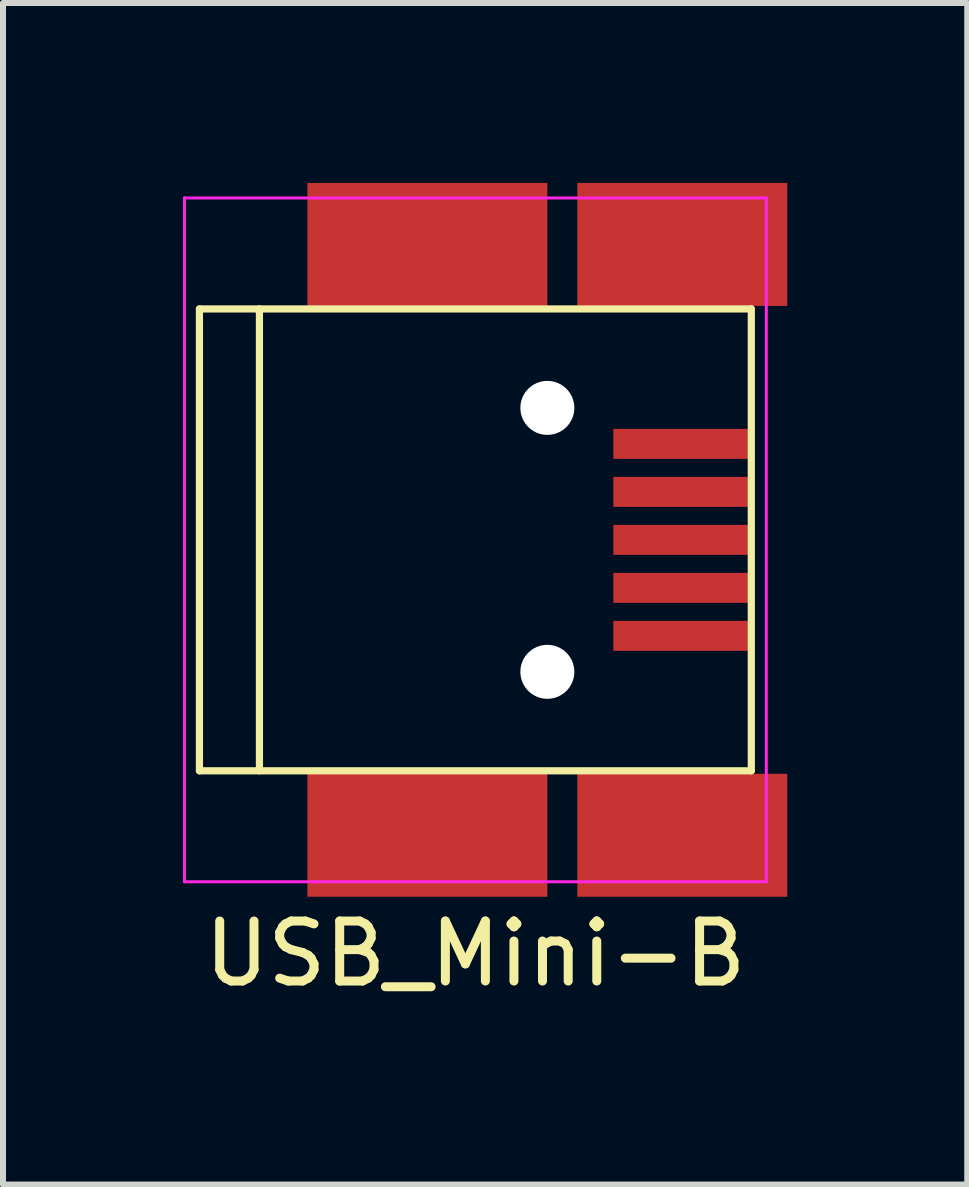
<source format=kicad_pcb>
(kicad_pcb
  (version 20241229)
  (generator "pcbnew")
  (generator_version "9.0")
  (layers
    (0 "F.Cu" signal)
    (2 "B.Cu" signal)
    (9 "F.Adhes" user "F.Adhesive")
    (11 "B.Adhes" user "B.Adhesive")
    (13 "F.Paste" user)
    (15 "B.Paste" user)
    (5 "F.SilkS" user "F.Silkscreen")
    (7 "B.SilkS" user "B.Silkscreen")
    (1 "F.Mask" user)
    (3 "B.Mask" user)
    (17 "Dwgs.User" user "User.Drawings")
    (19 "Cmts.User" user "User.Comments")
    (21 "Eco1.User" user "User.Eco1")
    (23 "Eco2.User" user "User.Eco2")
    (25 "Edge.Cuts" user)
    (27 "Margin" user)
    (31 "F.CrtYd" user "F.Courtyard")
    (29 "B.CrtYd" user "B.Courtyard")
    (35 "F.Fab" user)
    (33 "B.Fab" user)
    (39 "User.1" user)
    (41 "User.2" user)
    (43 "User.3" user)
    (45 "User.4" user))
  (footprint "USB_Mini-B"
    (layer "F.Cu")
    (at 5.525 5.95)
    (property "Reference" "USB_Mini-B" (at -0.65 6.9 0) (layer "F.SilkS") (effects (font (size 1 1) (thickness 0.15))))
    (attr smd)
    (fp_line (start -5.25 -3.85) (end -5.25 3.85) (stroke (width 0.12) (type solid)) (layer "F.SilkS"))
    (fp_line (start -5.25 3.85) (end 3.95 3.85) (stroke (width 0.12) (type solid)) (layer "F.SilkS"))
    (fp_line (start -4.25 -3.85) (end -4.25 3.85) (stroke (width 0.12) (type solid)) (layer "F.SilkS"))
    (fp_line (start 3.95 -3.85) (end -5.25 -3.85) (stroke (width 0.12) (type solid)) (layer "F.SilkS"))
    (fp_line (start 3.95 3.85) (end 3.95 -3.85) (stroke (width 0.12) (type solid)) (layer "F.SilkS"))
    (fp_line (start -5.5 -5.7) (end 4.2 -5.7) (stroke (width 0.05) (type solid)) (layer "F.CrtYd"))
    (fp_line (start -5.5 5.7) (end -5.5 -5.7) (stroke (width 0.05) (type solid)) (layer "F.CrtYd"))
    (fp_line (start 4.2 -5.7) (end 4.2 5.7) (stroke (width 0.05) (type solid)) (layer "F.CrtYd"))
    (fp_line (start 4.2 5.7) (end -5.5 5.7) (stroke (width 0.05) (type solid)) (layer "F.CrtYd"))
    (pad "" np_thru_hole circle (at 0.55 -2.2) (size 0.9 0.9) (drill 0.9) (layers "*.Cu" "*.Mask"))
    (pad "" np_thru_hole circle (at 0.55 2.2) (size 0.9 0.9) (drill 0.9) (layers "*.Cu" "*.Mask"))
    (pad "1" smd rect (at 2.8 -1.6) (size 2.3 0.5) (layers "F.Cu" "F.Mask" "F.Paste"))
    (pad "2" smd rect (at 2.8 -0.8) (size 2.3 0.5) (layers "F.Cu" "F.Mask" "F.Paste"))
    (pad "3" smd rect (at 2.8 0) (size 2.3 0.5) (layers "F.Cu" "F.Mask" "F.Paste"))
    (pad "4" smd rect (at 2.8 0.8) (size 2.3 0.5) (layers "F.Cu" "F.Mask" "F.Paste"))
    (pad "5" smd rect (at 2.8 1.6) (size 2.3 0.5) (layers "F.Cu" "F.Mask" "F.Paste"))
    (pad "6" smd rect (at -1.45 -4.925) (size 4 2.05) (layers "F.Cu" "F.Mask" "F.Paste"))
    (pad "6" smd rect (at -1.45 4.925) (size 4 2.05) (layers "F.Cu" "F.Mask" "F.Paste"))
    (pad "6" smd rect (at 2.8 -4.925) (size 3.5 2.05) (layers "F.Cu" "F.Mask" "F.Paste"))
    (pad "6" smd rect (at 2.8 4.925) (size 3.5 2.05) (layers "F.Cu" "F.Mask" "F.Paste")))
  (gr_rect
    (start -3 -3)
    (end 13.075 16.698)
    (stroke (width 0.1) (type default))
    (fill no)
    (layer "Edge.Cuts")))
</source>
